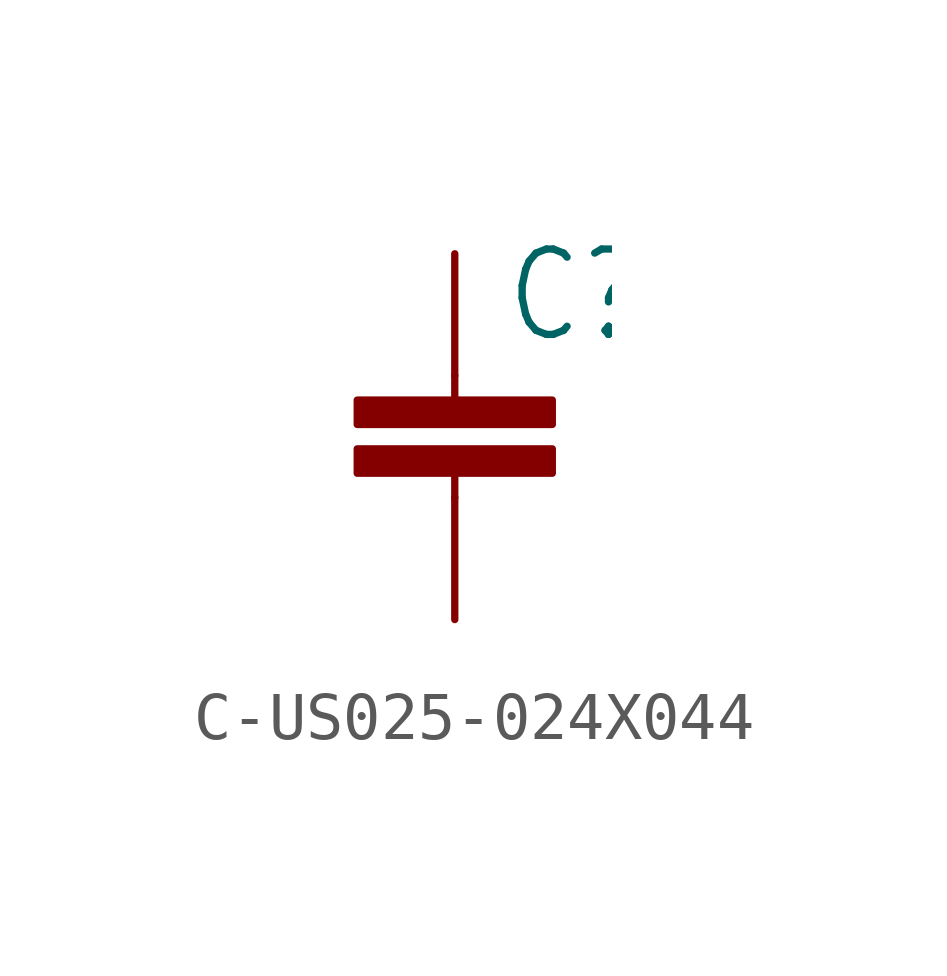
<source format=kicad_sym>
(kicad_symbol_lib
  (version 20231120)
  (generator "kicad_symbol_editor")
  (generator_version "8.99")
  (symbol "C-US025-024X044"
    (property "Reference" "C"
      (at 1.016 0.635 0)
      (effects (font (size 1.778 1.511)) (justify left bottom)))
    (property "Value" ""
      (at 1.016 -4.191 0)
      (effects (font (size 1.778 1.511)) (justify left bottom)))
    (property "ki_locked" ""
      (at 0 0 0)
      (effects (font (size 1.27 1.27))))
    (symbol "C-US025-024X044_1_0"
      (rectangle (start -2.032 -2.032) (end 2.032 -1.524) (stroke (width 0) (type default)) (fill (type outline)))
      (rectangle (start -2.032 -1.016) (end 2.032 -0.508) (stroke (width 0) (type default)) (fill (type outline)))
      (polyline (pts (xy 0 -2.54) (xy 0 -2.032)) (stroke (width 0.152) (type solid)) (fill (type none)))
      (polyline (pts (xy 0 0) (xy 0 -0.508)) (stroke (width 0.152) (type solid)) (fill (type none)))
      (pin passive line (at 0 2.54 270) (length 2.54) (name "1" (effects (font (size 0 0)))) (number "1" (effects (font (size 0 0)))))
      (pin passive line (at 0 -5.08 90) (length 2.54) (name "2" (effects (font (size 0 0)))) (number "2" (effects (font (size 0 0))))))))
</source>
